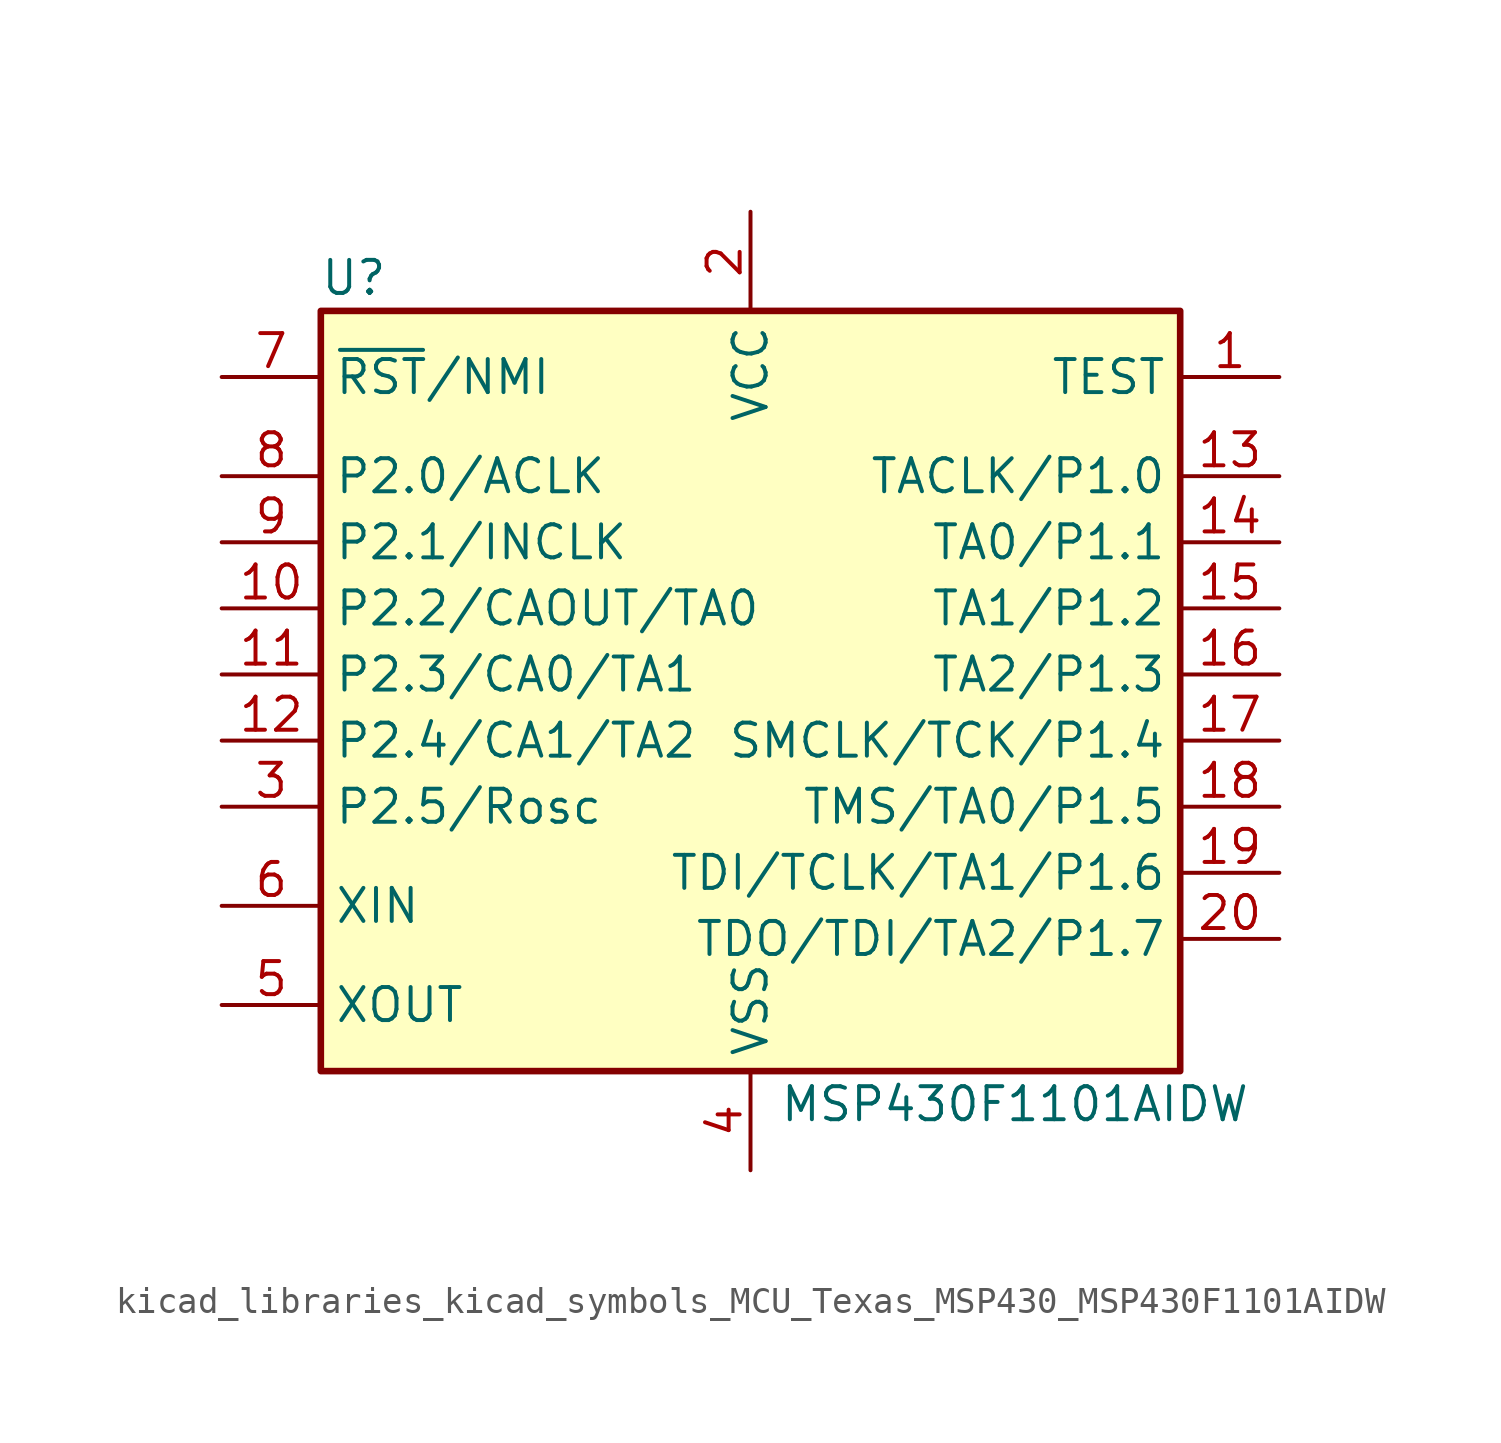
<source format=kicad_sym>
(kicad_symbol_lib
  (version 20220914)
  (generator kicad_symbol_editor)
  (symbol "kicad_libraries_kicad_symbols_MCU_Texas_MSP430_MSP430F1101AIDW"
    (property "Reference" "U"
      (at -15.24 15.24 0)
      (effects (font (size 1.27 1.27))))
    (property "Value" "MSP430F1101AIDW"
      (at 10.16 -16.51 0)
      (effects (font (size 1.27 1.27))))
    (symbol "kicad_libraries_kicad_symbols_MCU_Texas_MSP430_MSP430F1101AIDW_0_1"
      (rectangle (start -16.51 13.97) (end 16.51 -15.24) (stroke (width 0.254) (type default)) (fill (type background))))
    (symbol "kicad_libraries_kicad_symbols_MCU_Texas_MSP430_MSP430F1101AIDW_1_1"
      (pin input line (at 20.32 11.43 180) (length 3.81) (name "TEST" (effects (font (size 1.27 1.27)))) (number "1" (effects (font (size 1.27 1.27)))))
      (pin bidirectional line (at -20.32 2.54 0) (length 3.81) (name "P2.2/CAOUT/TA0" (effects (font (size 1.27 1.27)))) (number "10" (effects (font (size 1.27 1.27)))))
      (pin bidirectional line (at -20.32 0 0) (length 3.81) (name "P2.3/CA0/TA1" (effects (font (size 1.27 1.27)))) (number "11" (effects (font (size 1.27 1.27)))))
      (pin bidirectional line (at -20.32 -2.54 0) (length 3.81) (name "P2.4/CA1/TA2" (effects (font (size 1.27 1.27)))) (number "12" (effects (font (size 1.27 1.27)))))
      (pin bidirectional line (at 20.32 7.62 180) (length 3.81) (name "TACLK/P1.0" (effects (font (size 1.27 1.27)))) (number "13" (effects (font (size 1.27 1.27)))))
      (pin bidirectional line (at 20.32 5.08 180) (length 3.81) (name "TA0/P1.1" (effects (font (size 1.27 1.27)))) (number "14" (effects (font (size 1.27 1.27)))))
      (pin bidirectional line (at 20.32 2.54 180) (length 3.81) (name "TA1/P1.2" (effects (font (size 1.27 1.27)))) (number "15" (effects (font (size 1.27 1.27)))))
      (pin bidirectional line (at 20.32 0 180) (length 3.81) (name "TA2/P1.3" (effects (font (size 1.27 1.27)))) (number "16" (effects (font (size 1.27 1.27)))))
      (pin bidirectional line (at 20.32 -2.54 180) (length 3.81) (name "SMCLK/TCK/P1.4" (effects (font (size 1.27 1.27)))) (number "17" (effects (font (size 1.27 1.27)))))
      (pin bidirectional line (at 20.32 -5.08 180) (length 3.81) (name "TMS/TA0/P1.5" (effects (font (size 1.27 1.27)))) (number "18" (effects (font (size 1.27 1.27)))))
      (pin bidirectional line (at 20.32 -7.62 180) (length 3.81) (name "TDI/TCLK/TA1/P1.6" (effects (font (size 1.27 1.27)))) (number "19" (effects (font (size 1.27 1.27)))))
      (pin power_in line (at 0 17.78 270) (length 3.81) (name "VCC" (effects (font (size 1.27 1.27)))) (number "2" (effects (font (size 1.27 1.27)))))
      (pin bidirectional line (at 20.32 -10.16 180) (length 3.81) (name "TDO/TDI/TA2/P1.7" (effects (font (size 1.27 1.27)))) (number "20" (effects (font (size 1.27 1.27)))))
      (pin bidirectional line (at -20.32 -5.08 0) (length 3.81) (name "P2.5/Rosc" (effects (font (size 1.27 1.27)))) (number "3" (effects (font (size 1.27 1.27)))))
      (pin power_in line (at 0 -19.05 90) (length 3.81) (name "VSS" (effects (font (size 1.27 1.27)))) (number "4" (effects (font (size 1.27 1.27)))))
      (pin output line (at -20.32 -12.7 0) (length 3.81) (name "XOUT" (effects (font (size 1.27 1.27)))) (number "5" (effects (font (size 1.27 1.27)))))
      (pin input line (at -20.32 -8.89 0) (length 3.81) (name "XIN" (effects (font (size 1.27 1.27)))) (number "6" (effects (font (size 1.27 1.27)))))
      (pin input line (at -20.32 11.43 0) (length 3.81) (name "~{RST}/NMI" (effects (font (size 1.27 1.27)))) (number "7" (effects (font (size 1.27 1.27)))))
      (pin bidirectional line (at -20.32 7.62 0) (length 3.81) (name "P2.0/ACLK" (effects (font (size 1.27 1.27)))) (number "8" (effects (font (size 1.27 1.27)))))
      (pin bidirectional line (at -20.32 5.08 0) (length 3.81) (name "P2.1/INCLK" (effects (font (size 1.27 1.27)))) (number "9" (effects (font (size 1.27 1.27))))))))
</source>
